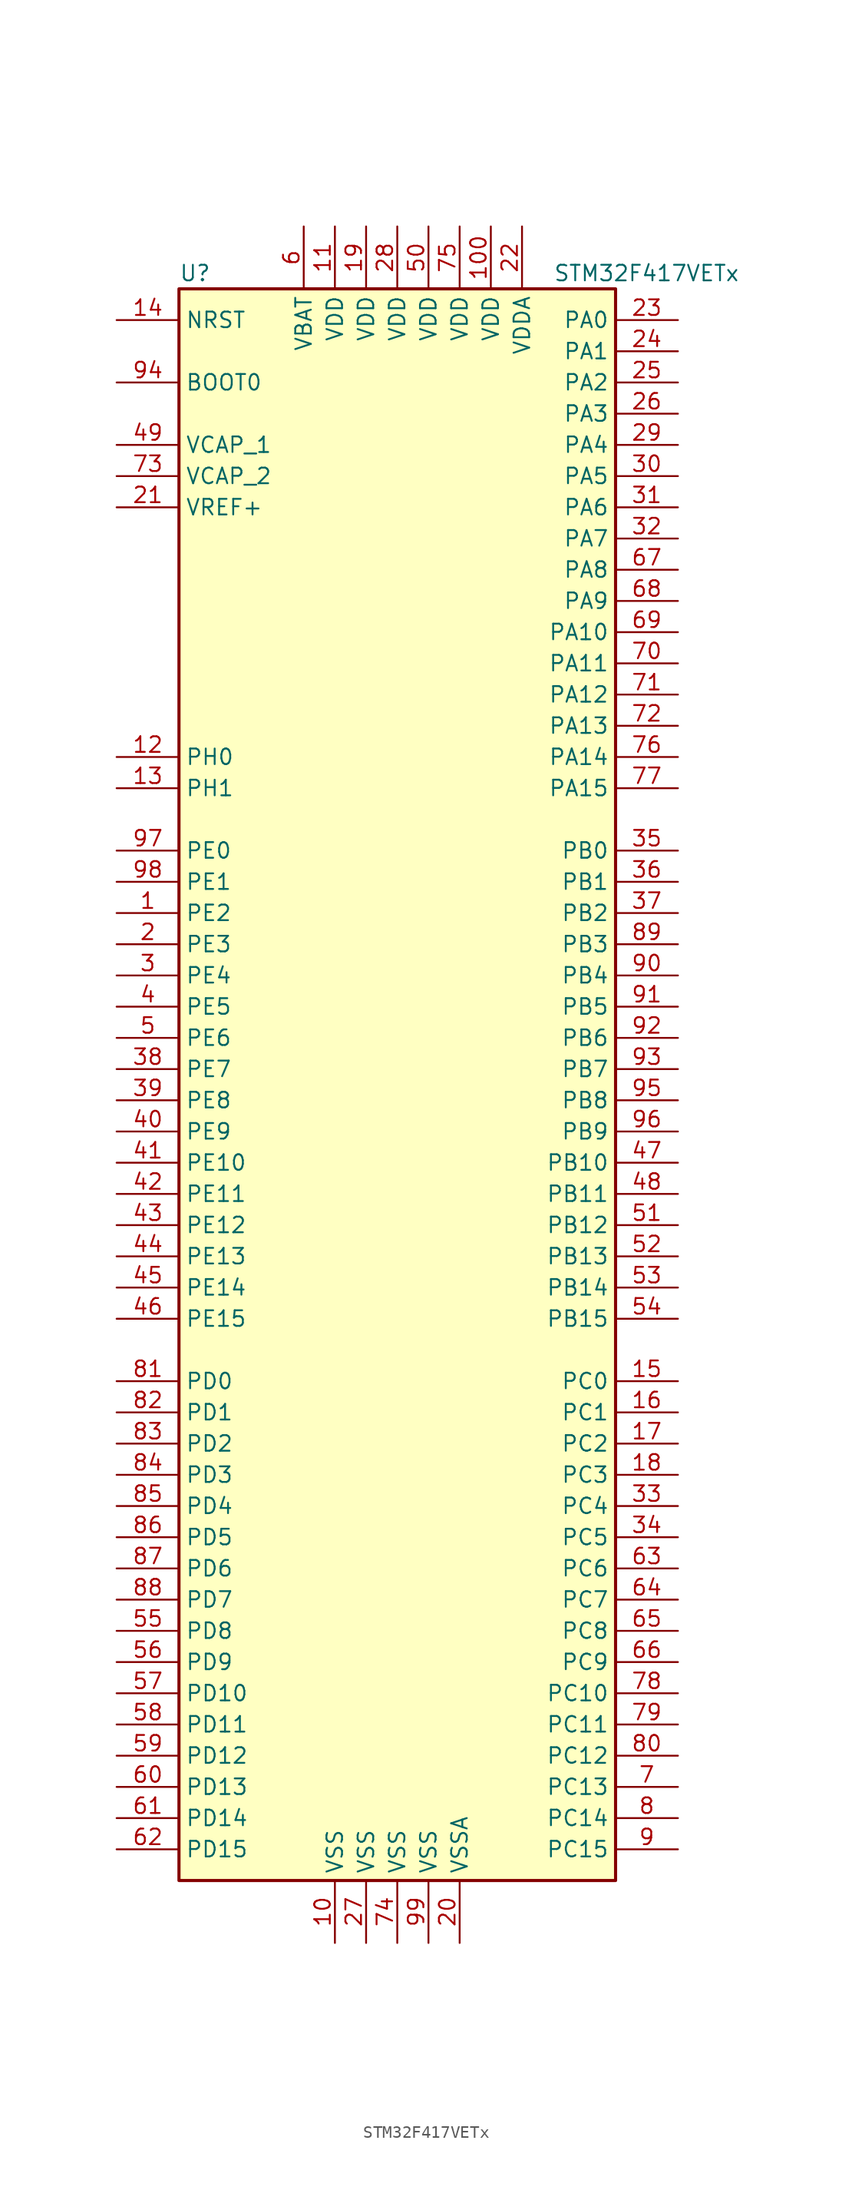
<source format=kicad_sym>
(kicad_symbol_lib
  (version 20201005)
  (generator kicad_symbol_editor)
  (symbol "STM32F417VETx"
    (property "Reference" "U"
      (at -17.78 64.77 0)
      (effects (font (size 1.27 1.27)) (justify left)))
    (property "Value" "STM32F417VETx"
      (at 12.7 64.77 0)
      (effects (font (size 1.27 1.27)) (justify left)))
    (symbol "STM32F417VETx_0_1"
      (rectangle (start -17.78 -66.04) (end 17.78 63.5) (stroke (width 0.254)) (fill (type background))))
    (symbol "STM32F417VETx_1_1"
      (pin bidirectional line (at -22.86 12.7 0) (length 5.08) (name "PE2" (effects (font (size 1.27 1.27)))) (number "1" (effects (font (size 1.27 1.27)))))
      (pin power_in line (at -5.08 -71.12 90) (length 5.08) (name "VSS" (effects (font (size 1.27 1.27)))) (number "10" (effects (font (size 1.27 1.27)))))
      (pin power_in line (at 7.62 68.58 270) (length 5.08) (name "VDD" (effects (font (size 1.27 1.27)))) (number "100" (effects (font (size 1.27 1.27)))))
      (pin power_in line (at -5.08 68.58 270) (length 5.08) (name "VDD" (effects (font (size 1.27 1.27)))) (number "11" (effects (font (size 1.27 1.27)))))
      (pin input line (at -22.86 25.4 0) (length 5.08) (name "PH0" (effects (font (size 1.27 1.27)))) (number "12" (effects (font (size 1.27 1.27)))))
      (pin input line (at -22.86 22.86 0) (length 5.08) (name "PH1" (effects (font (size 1.27 1.27)))) (number "13" (effects (font (size 1.27 1.27)))))
      (pin input line (at -22.86 60.96 0) (length 5.08) (name "NRST" (effects (font (size 1.27 1.27)))) (number "14" (effects (font (size 1.27 1.27)))))
      (pin bidirectional line (at 22.86 -25.4 180) (length 5.08) (name "PC0" (effects (font (size 1.27 1.27)))) (number "15" (effects (font (size 1.27 1.27)))))
      (pin bidirectional line (at 22.86 -27.94 180) (length 5.08) (name "PC1" (effects (font (size 1.27 1.27)))) (number "16" (effects (font (size 1.27 1.27)))))
      (pin bidirectional line (at 22.86 -30.48 180) (length 5.08) (name "PC2" (effects (font (size 1.27 1.27)))) (number "17" (effects (font (size 1.27 1.27)))))
      (pin bidirectional line (at 22.86 -33.02 180) (length 5.08) (name "PC3" (effects (font (size 1.27 1.27)))) (number "18" (effects (font (size 1.27 1.27)))))
      (pin power_in line (at -2.54 68.58 270) (length 5.08) (name "VDD" (effects (font (size 1.27 1.27)))) (number "19" (effects (font (size 1.27 1.27)))))
      (pin bidirectional line (at -22.86 10.16 0) (length 5.08) (name "PE3" (effects (font (size 1.27 1.27)))) (number "2" (effects (font (size 1.27 1.27)))))
      (pin power_in line (at 5.08 -71.12 90) (length 5.08) (name "VSSA" (effects (font (size 1.27 1.27)))) (number "20" (effects (font (size 1.27 1.27)))))
      (pin power_in line (at -22.86 45.72 0) (length 5.08) (name "VREF+" (effects (font (size 1.27 1.27)))) (number "21" (effects (font (size 1.27 1.27)))))
      (pin power_in line (at 10.16 68.58 270) (length 5.08) (name "VDDA" (effects (font (size 1.27 1.27)))) (number "22" (effects (font (size 1.27 1.27)))))
      (pin bidirectional line (at 22.86 60.96 180) (length 5.08) (name "PA0" (effects (font (size 1.27 1.27)))) (number "23" (effects (font (size 1.27 1.27)))))
      (pin bidirectional line (at 22.86 58.42 180) (length 5.08) (name "PA1" (effects (font (size 1.27 1.27)))) (number "24" (effects (font (size 1.27 1.27)))))
      (pin bidirectional line (at 22.86 55.88 180) (length 5.08) (name "PA2" (effects (font (size 1.27 1.27)))) (number "25" (effects (font (size 1.27 1.27)))))
      (pin bidirectional line (at 22.86 53.34 180) (length 5.08) (name "PA3" (effects (font (size 1.27 1.27)))) (number "26" (effects (font (size 1.27 1.27)))))
      (pin power_in line (at -2.54 -71.12 90) (length 5.08) (name "VSS" (effects (font (size 1.27 1.27)))) (number "27" (effects (font (size 1.27 1.27)))))
      (pin power_in line (at 0 68.58 270) (length 5.08) (name "VDD" (effects (font (size 1.27 1.27)))) (number "28" (effects (font (size 1.27 1.27)))))
      (pin bidirectional line (at 22.86 50.8 180) (length 5.08) (name "PA4" (effects (font (size 1.27 1.27)))) (number "29" (effects (font (size 1.27 1.27)))))
      (pin bidirectional line (at -22.86 7.62 0) (length 5.08) (name "PE4" (effects (font (size 1.27 1.27)))) (number "3" (effects (font (size 1.27 1.27)))))
      (pin bidirectional line (at 22.86 48.26 180) (length 5.08) (name "PA5" (effects (font (size 1.27 1.27)))) (number "30" (effects (font (size 1.27 1.27)))))
      (pin bidirectional line (at 22.86 45.72 180) (length 5.08) (name "PA6" (effects (font (size 1.27 1.27)))) (number "31" (effects (font (size 1.27 1.27)))))
      (pin bidirectional line (at 22.86 43.18 180) (length 5.08) (name "PA7" (effects (font (size 1.27 1.27)))) (number "32" (effects (font (size 1.27 1.27)))))
      (pin bidirectional line (at 22.86 -35.56 180) (length 5.08) (name "PC4" (effects (font (size 1.27 1.27)))) (number "33" (effects (font (size 1.27 1.27)))))
      (pin bidirectional line (at 22.86 -38.1 180) (length 5.08) (name "PC5" (effects (font (size 1.27 1.27)))) (number "34" (effects (font (size 1.27 1.27)))))
      (pin bidirectional line (at 22.86 17.78 180) (length 5.08) (name "PB0" (effects (font (size 1.27 1.27)))) (number "35" (effects (font (size 1.27 1.27)))))
      (pin bidirectional line (at 22.86 15.24 180) (length 5.08) (name "PB1" (effects (font (size 1.27 1.27)))) (number "36" (effects (font (size 1.27 1.27)))))
      (pin bidirectional line (at 22.86 12.7 180) (length 5.08) (name "PB2" (effects (font (size 1.27 1.27)))) (number "37" (effects (font (size 1.27 1.27)))))
      (pin bidirectional line (at -22.86 0 0) (length 5.08) (name "PE7" (effects (font (size 1.27 1.27)))) (number "38" (effects (font (size 1.27 1.27)))))
      (pin bidirectional line (at -22.86 -2.54 0) (length 5.08) (name "PE8" (effects (font (size 1.27 1.27)))) (number "39" (effects (font (size 1.27 1.27)))))
      (pin bidirectional line (at -22.86 5.08 0) (length 5.08) (name "PE5" (effects (font (size 1.27 1.27)))) (number "4" (effects (font (size 1.27 1.27)))))
      (pin bidirectional line (at -22.86 -5.08 0) (length 5.08) (name "PE9" (effects (font (size 1.27 1.27)))) (number "40" (effects (font (size 1.27 1.27)))))
      (pin bidirectional line (at -22.86 -7.62 0) (length 5.08) (name "PE10" (effects (font (size 1.27 1.27)))) (number "41" (effects (font (size 1.27 1.27)))))
      (pin bidirectional line (at -22.86 -10.16 0) (length 5.08) (name "PE11" (effects (font (size 1.27 1.27)))) (number "42" (effects (font (size 1.27 1.27)))))
      (pin bidirectional line (at -22.86 -12.7 0) (length 5.08) (name "PE12" (effects (font (size 1.27 1.27)))) (number "43" (effects (font (size 1.27 1.27)))))
      (pin bidirectional line (at -22.86 -15.24 0) (length 5.08) (name "PE13" (effects (font (size 1.27 1.27)))) (number "44" (effects (font (size 1.27 1.27)))))
      (pin bidirectional line (at -22.86 -17.78 0) (length 5.08) (name "PE14" (effects (font (size 1.27 1.27)))) (number "45" (effects (font (size 1.27 1.27)))))
      (pin bidirectional line (at -22.86 -20.32 0) (length 5.08) (name "PE15" (effects (font (size 1.27 1.27)))) (number "46" (effects (font (size 1.27 1.27)))))
      (pin bidirectional line (at 22.86 -7.62 180) (length 5.08) (name "PB10" (effects (font (size 1.27 1.27)))) (number "47" (effects (font (size 1.27 1.27)))))
      (pin bidirectional line (at 22.86 -10.16 180) (length 5.08) (name "PB11" (effects (font (size 1.27 1.27)))) (number "48" (effects (font (size 1.27 1.27)))))
      (pin power_in line (at -22.86 50.8 0) (length 5.08) (name "VCAP_1" (effects (font (size 1.27 1.27)))) (number "49" (effects (font (size 1.27 1.27)))))
      (pin bidirectional line (at -22.86 2.54 0) (length 5.08) (name "PE6" (effects (font (size 1.27 1.27)))) (number "5" (effects (font (size 1.27 1.27)))))
      (pin power_in line (at 2.54 68.58 270) (length 5.08) (name "VDD" (effects (font (size 1.27 1.27)))) (number "50" (effects (font (size 1.27 1.27)))))
      (pin bidirectional line (at 22.86 -12.7 180) (length 5.08) (name "PB12" (effects (font (size 1.27 1.27)))) (number "51" (effects (font (size 1.27 1.27)))))
      (pin bidirectional line (at 22.86 -15.24 180) (length 5.08) (name "PB13" (effects (font (size 1.27 1.27)))) (number "52" (effects (font (size 1.27 1.27)))))
      (pin bidirectional line (at 22.86 -17.78 180) (length 5.08) (name "PB14" (effects (font (size 1.27 1.27)))) (number "53" (effects (font (size 1.27 1.27)))))
      (pin bidirectional line (at 22.86 -20.32 180) (length 5.08) (name "PB15" (effects (font (size 1.27 1.27)))) (number "54" (effects (font (size 1.27 1.27)))))
      (pin bidirectional line (at -22.86 -45.72 0) (length 5.08) (name "PD8" (effects (font (size 1.27 1.27)))) (number "55" (effects (font (size 1.27 1.27)))))
      (pin bidirectional line (at -22.86 -48.26 0) (length 5.08) (name "PD9" (effects (font (size 1.27 1.27)))) (number "56" (effects (font (size 1.27 1.27)))))
      (pin bidirectional line (at -22.86 -50.8 0) (length 5.08) (name "PD10" (effects (font (size 1.27 1.27)))) (number "57" (effects (font (size 1.27 1.27)))))
      (pin bidirectional line (at -22.86 -53.34 0) (length 5.08) (name "PD11" (effects (font (size 1.27 1.27)))) (number "58" (effects (font (size 1.27 1.27)))))
      (pin bidirectional line (at -22.86 -55.88 0) (length 5.08) (name "PD12" (effects (font (size 1.27 1.27)))) (number "59" (effects (font (size 1.27 1.27)))))
      (pin power_in line (at -7.62 68.58 270) (length 5.08) (name "VBAT" (effects (font (size 1.27 1.27)))) (number "6" (effects (font (size 1.27 1.27)))))
      (pin bidirectional line (at -22.86 -58.42 0) (length 5.08) (name "PD13" (effects (font (size 1.27 1.27)))) (number "60" (effects (font (size 1.27 1.27)))))
      (pin bidirectional line (at -22.86 -60.96 0) (length 5.08) (name "PD14" (effects (font (size 1.27 1.27)))) (number "61" (effects (font (size 1.27 1.27)))))
      (pin bidirectional line (at -22.86 -63.5 0) (length 5.08) (name "PD15" (effects (font (size 1.27 1.27)))) (number "62" (effects (font (size 1.27 1.27)))))
      (pin bidirectional line (at 22.86 -40.64 180) (length 5.08) (name "PC6" (effects (font (size 1.27 1.27)))) (number "63" (effects (font (size 1.27 1.27)))))
      (pin bidirectional line (at 22.86 -43.18 180) (length 5.08) (name "PC7" (effects (font (size 1.27 1.27)))) (number "64" (effects (font (size 1.27 1.27)))))
      (pin bidirectional line (at 22.86 -45.72 180) (length 5.08) (name "PC8" (effects (font (size 1.27 1.27)))) (number "65" (effects (font (size 1.27 1.27)))))
      (pin bidirectional line (at 22.86 -48.26 180) (length 5.08) (name "PC9" (effects (font (size 1.27 1.27)))) (number "66" (effects (font (size 1.27 1.27)))))
      (pin bidirectional line (at 22.86 40.64 180) (length 5.08) (name "PA8" (effects (font (size 1.27 1.27)))) (number "67" (effects (font (size 1.27 1.27)))))
      (pin bidirectional line (at 22.86 38.1 180) (length 5.08) (name "PA9" (effects (font (size 1.27 1.27)))) (number "68" (effects (font (size 1.27 1.27)))))
      (pin bidirectional line (at 22.86 35.56 180) (length 5.08) (name "PA10" (effects (font (size 1.27 1.27)))) (number "69" (effects (font (size 1.27 1.27)))))
      (pin bidirectional line (at 22.86 -58.42 180) (length 5.08) (name "PC13" (effects (font (size 1.27 1.27)))) (number "7" (effects (font (size 1.27 1.27)))))
      (pin bidirectional line (at 22.86 33.02 180) (length 5.08) (name "PA11" (effects (font (size 1.27 1.27)))) (number "70" (effects (font (size 1.27 1.27)))))
      (pin bidirectional line (at 22.86 30.48 180) (length 5.08) (name "PA12" (effects (font (size 1.27 1.27)))) (number "71" (effects (font (size 1.27 1.27)))))
      (pin bidirectional line (at 22.86 27.94 180) (length 5.08) (name "PA13" (effects (font (size 1.27 1.27)))) (number "72" (effects (font (size 1.27 1.27)))))
      (pin power_in line (at -22.86 48.26 0) (length 5.08) (name "VCAP_2" (effects (font (size 1.27 1.27)))) (number "73" (effects (font (size 1.27 1.27)))))
      (pin power_in line (at 0 -71.12 90) (length 5.08) (name "VSS" (effects (font (size 1.27 1.27)))) (number "74" (effects (font (size 1.27 1.27)))))
      (pin power_in line (at 5.08 68.58 270) (length 5.08) (name "VDD" (effects (font (size 1.27 1.27)))) (number "75" (effects (font (size 1.27 1.27)))))
      (pin bidirectional line (at 22.86 25.4 180) (length 5.08) (name "PA14" (effects (font (size 1.27 1.27)))) (number "76" (effects (font (size 1.27 1.27)))))
      (pin bidirectional line (at 22.86 22.86 180) (length 5.08) (name "PA15" (effects (font (size 1.27 1.27)))) (number "77" (effects (font (size 1.27 1.27)))))
      (pin bidirectional line (at 22.86 -50.8 180) (length 5.08) (name "PC10" (effects (font (size 1.27 1.27)))) (number "78" (effects (font (size 1.27 1.27)))))
      (pin bidirectional line (at 22.86 -53.34 180) (length 5.08) (name "PC11" (effects (font (size 1.27 1.27)))) (number "79" (effects (font (size 1.27 1.27)))))
      (pin bidirectional line (at 22.86 -60.96 180) (length 5.08) (name "PC14" (effects (font (size 1.27 1.27)))) (number "8" (effects (font (size 1.27 1.27)))))
      (pin bidirectional line (at 22.86 -55.88 180) (length 5.08) (name "PC12" (effects (font (size 1.27 1.27)))) (number "80" (effects (font (size 1.27 1.27)))))
      (pin bidirectional line (at -22.86 -25.4 0) (length 5.08) (name "PD0" (effects (font (size 1.27 1.27)))) (number "81" (effects (font (size 1.27 1.27)))))
      (pin bidirectional line (at -22.86 -27.94 0) (length 5.08) (name "PD1" (effects (font (size 1.27 1.27)))) (number "82" (effects (font (size 1.27 1.27)))))
      (pin bidirectional line (at -22.86 -30.48 0) (length 5.08) (name "PD2" (effects (font (size 1.27 1.27)))) (number "83" (effects (font (size 1.27 1.27)))))
      (pin bidirectional line (at -22.86 -33.02 0) (length 5.08) (name "PD3" (effects (font (size 1.27 1.27)))) (number "84" (effects (font (size 1.27 1.27)))))
      (pin bidirectional line (at -22.86 -35.56 0) (length 5.08) (name "PD4" (effects (font (size 1.27 1.27)))) (number "85" (effects (font (size 1.27 1.27)))))
      (pin bidirectional line (at -22.86 -38.1 0) (length 5.08) (name "PD5" (effects (font (size 1.27 1.27)))) (number "86" (effects (font (size 1.27 1.27)))))
      (pin bidirectional line (at -22.86 -40.64 0) (length 5.08) (name "PD6" (effects (font (size 1.27 1.27)))) (number "87" (effects (font (size 1.27 1.27)))))
      (pin bidirectional line (at -22.86 -43.18 0) (length 5.08) (name "PD7" (effects (font (size 1.27 1.27)))) (number "88" (effects (font (size 1.27 1.27)))))
      (pin bidirectional line (at 22.86 10.16 180) (length 5.08) (name "PB3" (effects (font (size 1.27 1.27)))) (number "89" (effects (font (size 1.27 1.27)))))
      (pin bidirectional line (at 22.86 -63.5 180) (length 5.08) (name "PC15" (effects (font (size 1.27 1.27)))) (number "9" (effects (font (size 1.27 1.27)))))
      (pin bidirectional line (at 22.86 7.62 180) (length 5.08) (name "PB4" (effects (font (size 1.27 1.27)))) (number "90" (effects (font (size 1.27 1.27)))))
      (pin bidirectional line (at 22.86 5.08 180) (length 5.08) (name "PB5" (effects (font (size 1.27 1.27)))) (number "91" (effects (font (size 1.27 1.27)))))
      (pin bidirectional line (at 22.86 2.54 180) (length 5.08) (name "PB6" (effects (font (size 1.27 1.27)))) (number "92" (effects (font (size 1.27 1.27)))))
      (pin bidirectional line (at 22.86 0 180) (length 5.08) (name "PB7" (effects (font (size 1.27 1.27)))) (number "93" (effects (font (size 1.27 1.27)))))
      (pin input line (at -22.86 55.88 0) (length 5.08) (name "BOOT0" (effects (font (size 1.27 1.27)))) (number "94" (effects (font (size 1.27 1.27)))))
      (pin bidirectional line (at 22.86 -2.54 180) (length 5.08) (name "PB8" (effects (font (size 1.27 1.27)))) (number "95" (effects (font (size 1.27 1.27)))))
      (pin bidirectional line (at 22.86 -5.08 180) (length 5.08) (name "PB9" (effects (font (size 1.27 1.27)))) (number "96" (effects (font (size 1.27 1.27)))))
      (pin bidirectional line (at -22.86 17.78 0) (length 5.08) (name "PE0" (effects (font (size 1.27 1.27)))) (number "97" (effects (font (size 1.27 1.27)))))
      (pin bidirectional line (at -22.86 15.24 0) (length 5.08) (name "PE1" (effects (font (size 1.27 1.27)))) (number "98" (effects (font (size 1.27 1.27)))))
      (pin power_in line (at 2.54 -71.12 90) (length 5.08) (name "VSS" (effects (font (size 1.27 1.27)))) (number "99" (effects (font (size 1.27 1.27))))))))
</source>
